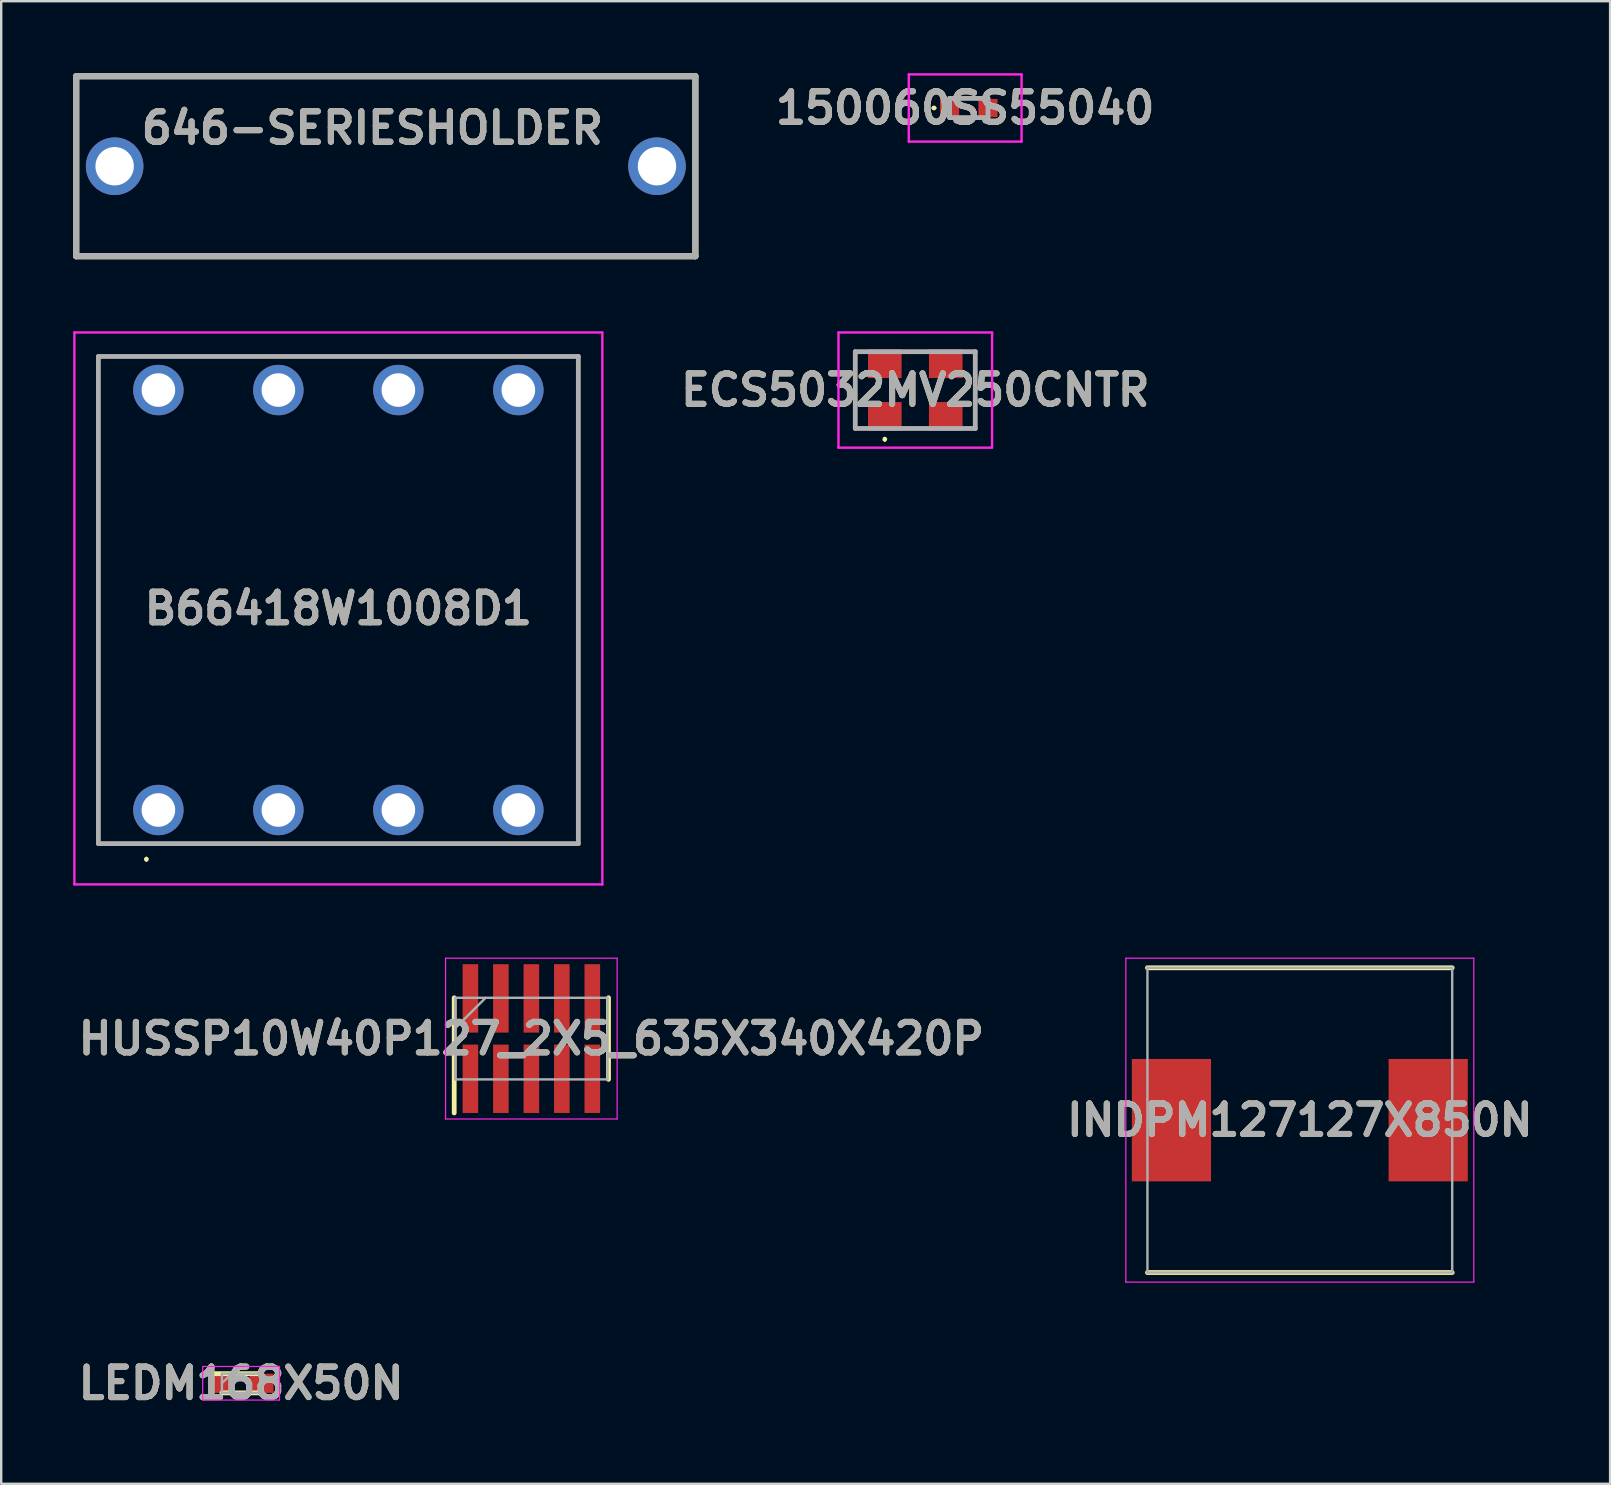
<source format=kicad_pcb>
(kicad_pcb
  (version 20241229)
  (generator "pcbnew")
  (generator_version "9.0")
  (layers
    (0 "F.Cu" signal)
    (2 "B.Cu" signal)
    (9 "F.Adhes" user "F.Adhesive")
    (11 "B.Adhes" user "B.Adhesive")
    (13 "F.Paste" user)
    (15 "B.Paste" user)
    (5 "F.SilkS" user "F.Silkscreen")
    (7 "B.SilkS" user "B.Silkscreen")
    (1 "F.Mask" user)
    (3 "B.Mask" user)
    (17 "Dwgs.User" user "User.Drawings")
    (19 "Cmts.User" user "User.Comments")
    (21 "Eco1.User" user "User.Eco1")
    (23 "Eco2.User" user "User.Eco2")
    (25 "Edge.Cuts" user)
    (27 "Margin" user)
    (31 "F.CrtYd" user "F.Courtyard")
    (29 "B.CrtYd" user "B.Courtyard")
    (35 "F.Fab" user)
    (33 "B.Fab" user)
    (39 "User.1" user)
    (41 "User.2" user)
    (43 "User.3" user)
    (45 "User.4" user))
  (footprint "HUSSP10W40P127_2X5_635X340X420P"
    (layer "F.Cu")
    (at 19.092 40.229)
    (property "Reference" "HUSSP10W40P127_2X5_635X340X420P" (at 0 0 0) (layer "F.SilkS") (effects (font (size 1.27 1.27) (thickness 0.254))))
    (attr smd)
    (fp_line (start -3.215 3.1) (end -3.215 -1.7) (stroke (width 0.2) (type solid)) (layer "F.SilkS"))
    (fp_line (start 3.215 1.7) (end 3.215 -1.7) (stroke (width 0.2) (type solid)) (layer "F.SilkS"))
    (fp_line (start -3.575 -3.35) (end 3.575 -3.35) (stroke (width 0.05) (type solid)) (layer "F.CrtYd"))
    (fp_line (start -3.575 3.35) (end -3.575 -3.35) (stroke (width 0.05) (type solid)) (layer "F.CrtYd"))
    (fp_line (start 3.575 -3.35) (end 3.575 3.35) (stroke (width 0.05) (type solid)) (layer "F.CrtYd"))
    (fp_line (start 3.575 3.35) (end -3.575 3.35) (stroke (width 0.05) (type solid)) (layer "F.CrtYd"))
    (fp_line (start -3.175 -1.7) (end 3.175 -1.7) (stroke (width 0.1) (type solid)) (layer "F.Fab"))
    (fp_line (start -3.175 -0.43) (end -1.905 -1.7) (stroke (width 0.1) (type solid)) (layer "F.Fab"))
    (fp_line (start -3.175 1.7) (end -3.175 -1.7) (stroke (width 0.1) (type solid)) (layer "F.Fab"))
    (fp_line (start 3.175 -1.7) (end 3.175 1.7) (stroke (width 0.1) (type solid)) (layer "F.Fab"))
    (fp_line (start 3.175 1.7) (end -3.175 1.7) (stroke (width 0.1) (type solid)) (layer "F.Fab"))
    (fp_text user "${REFERENCE}" (at 0 0 0) (layer "F.Fab") (effects (font (size 1.27 1.27) (thickness 0.254))))
    (pad "1" smd rect (at -2.54 1.675) (size 0.65 2.85) (layers "F.Cu" "F.Mask" "F.Paste"))
    (pad "2" smd rect (at -2.54 -1.675) (size 0.65 2.85) (layers "F.Cu" "F.Mask" "F.Paste"))
    (pad "3" smd rect (at -1.27 1.675) (size 0.65 2.85) (layers "F.Cu" "F.Mask" "F.Paste"))
    (pad "4" smd rect (at -1.27 -1.675) (size 0.65 2.85) (layers "F.Cu" "F.Mask" "F.Paste"))
    (pad "5" smd rect (at 0 1.675) (size 0.65 2.85) (layers "F.Cu" "F.Mask" "F.Paste"))
    (pad "6" smd rect (at 0 -1.675) (size 0.65 2.85) (layers "F.Cu" "F.Mask" "F.Paste"))
    (pad "7" smd rect (at 1.27 1.675) (size 0.65 2.85) (layers "F.Cu" "F.Mask" "F.Paste"))
    (pad "8" smd rect (at 1.27 -1.675) (size 0.65 2.85) (layers "F.Cu" "F.Mask" "F.Paste"))
    (pad "9" smd rect (at 2.54 1.675) (size 0.65 2.85) (layers "F.Cu" "F.Mask" "F.Paste"))
    (pad "10" smd rect (at 2.54 -1.675) (size 0.65 2.85) (layers "F.Cu" "F.Mask" "F.Paste")))
  (footprint "LEDM168X50N"
    (layer "F.Cu")
    (at 6.997 54.593)
    (property "Reference" "LEDM168X50N" (at 0 0 0) (layer "F.SilkS") (effects (font (size 1.27 1.27) (thickness 0.254))))
    (attr smd)
    (fp_line (start -0.8 0.4) (end 0.8 0.4) (stroke (width 0.2) (type solid)) (layer "F.SilkS"))
    (fp_line (start 0.8 -0.4) (end -1.25 -0.4) (stroke (width 0.2) (type solid)) (layer "F.SilkS"))
    (fp_line (start -1.6 -0.7) (end 1.6 -0.7) (stroke (width 0.05) (type solid)) (layer "F.CrtYd"))
    (fp_line (start -1.6 0.7) (end -1.6 -0.7) (stroke (width 0.05) (type solid)) (layer "F.CrtYd"))
    (fp_line (start 1.6 -0.7) (end 1.6 0.7) (stroke (width 0.05) (type solid)) (layer "F.CrtYd"))
    (fp_line (start 1.6 0.7) (end -1.6 0.7) (stroke (width 0.05) (type solid)) (layer "F.CrtYd"))
    (fp_line (start -0.8 -0.4) (end 0.8 -0.4) (stroke (width 0.1) (type solid)) (layer "F.Fab"))
    (fp_line (start -0.8 0) (end -0.4 -0.4) (stroke (width 0.1) (type solid)) (layer "F.Fab"))
    (fp_line (start -0.8 0.4) (end -0.8 -0.4) (stroke (width 0.1) (type solid)) (layer "F.Fab"))
    (fp_line (start 0.8 -0.4) (end 0.8 0.4) (stroke (width 0.1) (type solid)) (layer "F.Fab"))
    (fp_line (start 0.8 0.4) (end -0.8 0.4) (stroke (width 0.1) (type solid)) (layer "F.Fab"))
    (fp_text user "${REFERENCE}" (at 0 0 0) (layer "F.Fab") (effects (font (size 1.27 1.27) (thickness 0.254))))
    (pad "1" smd rect (at -0.85 0 90) (size 0.8 1) (layers "F.Cu" "F.Mask" "F.Paste"))
    (pad "2" smd rect (at 0.85 0 90) (size 0.8 1) (layers "F.Cu" "F.Mask" "F.Paste")))
  (footprint "B66418W1008D1"
    (layer "F.Cu")
    (at 3.55 30.704)
    (property "Reference" "B66418W1008D1" (at 7.5 -8.4 0) (layer "F.SilkS") (effects (font (size 1.27 1.27) (thickness 0.254))))
    (attr through_hole)
    (fp_line (start -2.5 -18.9) (end 17.5 -18.9) (stroke (width 0.1) (type solid)) (layer "F.SilkS"))
    (fp_line (start -2.5 1.4) (end -2.5 -18.9) (stroke (width 0.1) (type solid)) (layer "F.SilkS"))
    (fp_line (start -0.5 2) (end -0.5 2) (stroke (width 0.1) (type solid)) (layer "F.SilkS"))
    (fp_line (start -0.5 2.1) (end -0.5 2.1) (stroke (width 0.1) (type solid)) (layer "F.SilkS"))
    (fp_line (start 17.5 -18.9) (end 17.5 1.4) (stroke (width 0.1) (type solid)) (layer "F.SilkS"))
    (fp_line (start 17.5 1.4) (end -2.5 1.4) (stroke (width 0.1) (type solid)) (layer "F.SilkS"))
    (fp_arc (start -0.5 2) (mid -0.45 2.05) (end -0.5 2.1) (stroke (width 0.1) (type solid)) (layer "F.SilkS"))
    (fp_arc (start -0.5 2.1) (mid -0.55 2.05) (end -0.5 2) (stroke (width 0.1) (type solid)) (layer "F.SilkS"))
    (fp_line (start -3.5 -19.9) (end 18.5 -19.9) (stroke (width 0.1) (type solid)) (layer "F.CrtYd"))
    (fp_line (start -3.5 3.1) (end -3.5 -19.9) (stroke (width 0.1) (type solid)) (layer "F.CrtYd"))
    (fp_line (start 18.5 -19.9) (end 18.5 3.1) (stroke (width 0.1) (type solid)) (layer "F.CrtYd"))
    (fp_line (start 18.5 3.1) (end -3.5 3.1) (stroke (width 0.1) (type solid)) (layer "F.CrtYd"))
    (fp_line (start -2.5 -18.9) (end 17.5 -18.9) (stroke (width 0.2) (type solid)) (layer "F.Fab"))
    (fp_line (start -2.5 1.4) (end -2.5 -18.9) (stroke (width 0.2) (type solid)) (layer "F.Fab"))
    (fp_line (start 17.5 -18.9) (end 17.5 1.4) (stroke (width 0.2) (type solid)) (layer "F.Fab"))
    (fp_line (start 17.5 1.4) (end -2.5 1.4) (stroke (width 0.2) (type solid)) (layer "F.Fab"))
    (fp_text user "${REFERENCE}" (at 7.5 -8.4 0) (layer "F.Fab") (effects (font (size 1.27 1.27) (thickness 0.254))))
    (pad "1" thru_hole circle (at 10 0) (size 2.1 2.1) (drill 1.4) (layers "*.Cu" "*.Mask"))
    (pad "2" thru_hole circle (at 15 0) (size 2.1 2.1) (drill 1.4) (layers "*.Cu" "*.Mask"))
    (pad "3" thru_hole circle (at 10 -17.5) (size 2.1 2.1) (drill 1.4) (layers "*.Cu" "*.Mask"))
    (pad "4" thru_hole circle (at 15 -17.5) (size 2.1 2.1) (drill 1.4) (layers "*.Cu" "*.Mask"))
    (pad "5" thru_hole circle (at 0 0) (size 2.1 2.1) (drill 1.4) (layers "*.Cu" "*.Mask"))
    (pad "6" thru_hole circle (at 5 0) (size 2.1 2.1) (drill 1.4) (layers "*.Cu" "*.Mask"))
    (pad "7" thru_hole circle (at 0 -17.5) (size 2.1 2.1) (drill 1.4) (layers "*.Cu" "*.Mask"))
    (pad "8" thru_hole circle (at 5 -17.5) (size 2.1 2.1) (drill 1.4) (layers "*.Cu" "*.Mask")))
  (footprint "ECS5032MV250CNTR"
    (layer "F.Cu")
    (at 35.091 13.204)
    (property "Reference" "ECS5032MV250CNTR" (at 0 0 0) (layer "F.SilkS") (effects (font (size 1.27 1.27) (thickness 0.254))))
    (attr smd)
    (fp_line (start -2.5 1.6) (end -2.5 -1.6) (stroke (width 0.1) (type solid)) (layer "F.SilkS"))
    (fp_line (start -1.27 2) (end -1.27 2) (stroke (width 0.1) (type solid)) (layer "F.SilkS"))
    (fp_line (start -1.27 2.1) (end -1.27 2.1) (stroke (width 0.1) (type solid)) (layer "F.SilkS"))
    (fp_line (start 2.5 1.6) (end 2.5 -1.6) (stroke (width 0.1) (type solid)) (layer "F.SilkS"))
    (fp_arc (start -1.27 2) (mid -1.22 2.05) (end -1.27 2.1) (stroke (width 0.1) (type solid)) (layer "F.SilkS"))
    (fp_arc (start -1.27 2.1) (mid -1.32 2.05) (end -1.27 2) (stroke (width 0.1) (type solid)) (layer "F.SilkS"))
    (fp_line (start -3.2 -2.4) (end 3.2 -2.4) (stroke (width 0.1) (type solid)) (layer "F.CrtYd"))
    (fp_line (start -3.2 2.4) (end -3.2 -2.4) (stroke (width 0.1) (type solid)) (layer "F.CrtYd"))
    (fp_line (start 3.2 -2.4) (end 3.2 2.4) (stroke (width 0.1) (type solid)) (layer "F.CrtYd"))
    (fp_line (start 3.2 2.4) (end -3.2 2.4) (stroke (width 0.1) (type solid)) (layer "F.CrtYd"))
    (fp_line (start -2.5 -1.6) (end 2.5 -1.6) (stroke (width 0.2) (type solid)) (layer "F.Fab"))
    (fp_line (start -2.5 1.6) (end -2.5 -1.6) (stroke (width 0.2) (type solid)) (layer "F.Fab"))
    (fp_line (start 2.5 -1.6) (end 2.5 1.6) (stroke (width 0.2) (type solid)) (layer "F.Fab"))
    (fp_line (start 2.5 1.6) (end -2.5 1.6) (stroke (width 0.2) (type solid)) (layer "F.Fab"))
    (fp_text user "${REFERENCE}" (at 0 0 0) (layer "F.Fab") (effects (font (size 1.27 1.27) (thickness 0.254))))
    (pad "1" smd rect (at -1.27 1.1 90) (size 1.2 1.4) (layers "F.Cu" "F.Mask" "F.Paste"))
    (pad "2" smd rect (at 1.27 1.1 90) (size 1.2 1.4) (layers "F.Cu" "F.Mask" "F.Paste"))
    (pad "3" smd rect (at 1.27 -1.1 90) (size 1.2 1.4) (layers "F.Cu" "F.Mask" "F.Paste"))
    (pad "4" smd rect (at -1.27 -1.1 90) (size 1.2 1.4) (layers "F.Cu" "F.Mask" "F.Paste")))
  (footprint "646-SERIESHOLDER"
    (layer "F.Cu")
    (at 13.027 3.877)
    (property "Reference" "646-SERIESHOLDER" (at -0.565 -1.595 0) (layer "F.SilkS") (effects (font (size 1.27 1.27) (thickness 0.254))))
    (attr through_hole)
    (fp_line (start -12.9 -3.75) (end 12.9 -3.75) (stroke (width 0.254) (type solid)) (layer "F.SilkS"))
    (fp_line (start -12.9 3.75) (end -12.9 -3.75) (stroke (width 0.254) (type solid)) (layer "F.SilkS"))
    (fp_line (start 12.9 -3.75) (end 12.9 3.75) (stroke (width 0.254) (type solid)) (layer "F.SilkS"))
    (fp_line (start 12.9 3.75) (end -12.9 3.75) (stroke (width 0.254) (type solid)) (layer "F.SilkS"))
    (fp_line (start -12.9 -3.75) (end 12.9 -3.75) (stroke (width 0.254) (type solid)) (layer "F.Fab"))
    (fp_line (start -12.9 3.75) (end -12.9 -3.75) (stroke (width 0.254) (type solid)) (layer "F.Fab"))
    (fp_line (start 12.9 -3.75) (end 12.9 3.75) (stroke (width 0.254) (type solid)) (layer "F.Fab"))
    (fp_line (start 12.9 3.75) (end -12.9 3.75) (stroke (width 0.254) (type solid)) (layer "F.Fab"))
    (fp_text user "${REFERENCE}" (at -0.565 -1.595 0) (layer "F.Fab") (effects (font (size 1.27 1.27) (thickness 0.254))))
    (pad "1" thru_hole circle (at -11.3 0) (size 2.4 2.4) (drill 1.6) (layers "*.Cu" "*.Mask"))
    (pad "2" thru_hole circle (at 11.3 0) (size 2.4 2.4) (drill 1.6) (layers "*.Cu" "*.Mask")))
  (footprint "INDPM127127X850N"
    (layer "F.Cu")
    (at 51.115 43.629)
    (property "Reference" "INDPM127127X850N" (at 0 0 0) (layer "F.SilkS") (effects (font (size 1.27 1.27) (thickness 0.254))))
    (attr smd)
    (fp_line (start -6.35 6.35) (end 6.35 6.35) (stroke (width 0.2) (type solid)) (layer "F.SilkS"))
    (fp_line (start 6.35 -6.35) (end -6.35 -6.35) (stroke (width 0.2) (type solid)) (layer "F.SilkS"))
    (fp_line (start -7.25 -6.75) (end 7.25 -6.75) (stroke (width 0.05) (type solid)) (layer "F.CrtYd"))
    (fp_line (start -7.25 6.75) (end -7.25 -6.75) (stroke (width 0.05) (type solid)) (layer "F.CrtYd"))
    (fp_line (start 7.25 -6.75) (end 7.25 6.75) (stroke (width 0.05) (type solid)) (layer "F.CrtYd"))
    (fp_line (start 7.25 6.75) (end -7.25 6.75) (stroke (width 0.05) (type solid)) (layer "F.CrtYd"))
    (fp_line (start -6.35 -6.35) (end 6.35 -6.35) (stroke (width 0.1) (type solid)) (layer "F.Fab"))
    (fp_line (start -6.35 6.35) (end -6.35 -6.35) (stroke (width 0.1) (type solid)) (layer "F.Fab"))
    (fp_line (start 6.35 -6.35) (end 6.35 6.35) (stroke (width 0.1) (type solid)) (layer "F.Fab"))
    (fp_line (start 6.35 6.35) (end -6.35 6.35) (stroke (width 0.1) (type solid)) (layer "F.Fab"))
    (fp_text user "${REFERENCE}" (at 0 0 0) (layer "F.Fab") (effects (font (size 1.27 1.27) (thickness 0.254))))
    (pad "1" smd rect (at -5.35 0) (size 3.3 5.1) (layers "F.Cu" "F.Mask" "F.Paste"))
    (pad "2" smd rect (at 5.35 0) (size 3.3 5.1) (layers "F.Cu" "F.Mask" "F.Paste")))
  (footprint "150060SS55040"
    (layer "F.Cu")
    (at 37.32 1.45)
    (property "Reference" "150060SS55040" (at -0.15 0 0) (layer "F.SilkS") (effects (font (size 1.27 1.27) (thickness 0.254))))
    (attr smd)
    (fp_line (start -1.5 0) (end -1.5 0) (stroke (width 0.1) (type solid)) (layer "F.SilkS"))
    (fp_line (start -1.4 0) (end -1.4 0) (stroke (width 0.1) (type solid)) (layer "F.SilkS"))
    (fp_line (start -0.2 -0.4) (end 0.2 -0.4) (stroke (width 0.1) (type solid)) (layer "F.SilkS"))
    (fp_line (start -0.2 0.4) (end 0.2 0.4) (stroke (width 0.1) (type solid)) (layer "F.SilkS"))
    (fp_arc (start -1.5 0) (mid -1.45 -0.05) (end -1.4 0) (stroke (width 0.1) (type solid)) (layer "F.SilkS"))
    (fp_arc (start -1.4 0) (mid -1.45 0.05) (end -1.5 0) (stroke (width 0.1) (type solid)) (layer "F.SilkS"))
    (fp_line (start -2.5 -1.4) (end 2.2 -1.4) (stroke (width 0.1) (type solid)) (layer "F.CrtYd"))
    (fp_line (start -2.5 1.4) (end -2.5 -1.4) (stroke (width 0.1) (type solid)) (layer "F.CrtYd"))
    (fp_line (start 2.2 -1.4) (end 2.2 1.4) (stroke (width 0.1) (type solid)) (layer "F.CrtYd"))
    (fp_line (start 2.2 1.4) (end -2.5 1.4) (stroke (width 0.1) (type solid)) (layer "F.CrtYd"))
    (fp_line (start -0.8 -0.4) (end 0.8 -0.4) (stroke (width 0.2) (type solid)) (layer "F.Fab"))
    (fp_line (start -0.8 0.4) (end -0.8 -0.4) (stroke (width 0.2) (type solid)) (layer "F.Fab"))
    (fp_line (start 0.8 -0.4) (end 0.8 0.4) (stroke (width 0.2) (type solid)) (layer "F.Fab"))
    (fp_line (start 0.8 0.4) (end -0.8 0.4) (stroke (width 0.2) (type solid)) (layer "F.Fab"))
    (fp_text user "${REFERENCE}" (at -0.15 0 0) (layer "F.Fab") (effects (font (size 1.27 1.27) (thickness 0.254))))
    (pad "1" smd rect (at -0.8 0 90) (size 0.75 0.8) (layers "F.Cu" "F.Mask" "F.Paste"))
    (pad "2" smd rect (at 0.8 0 90) (size 0.75 0.8) (layers "F.Cu" "F.Mask" "F.Paste")))
  (gr_rect
    (start -3 -3)
    (end 64.045 58.781)
    (stroke (width 0.1) (type default))
    (fill no)
    (layer "Edge.Cuts")))
</source>
